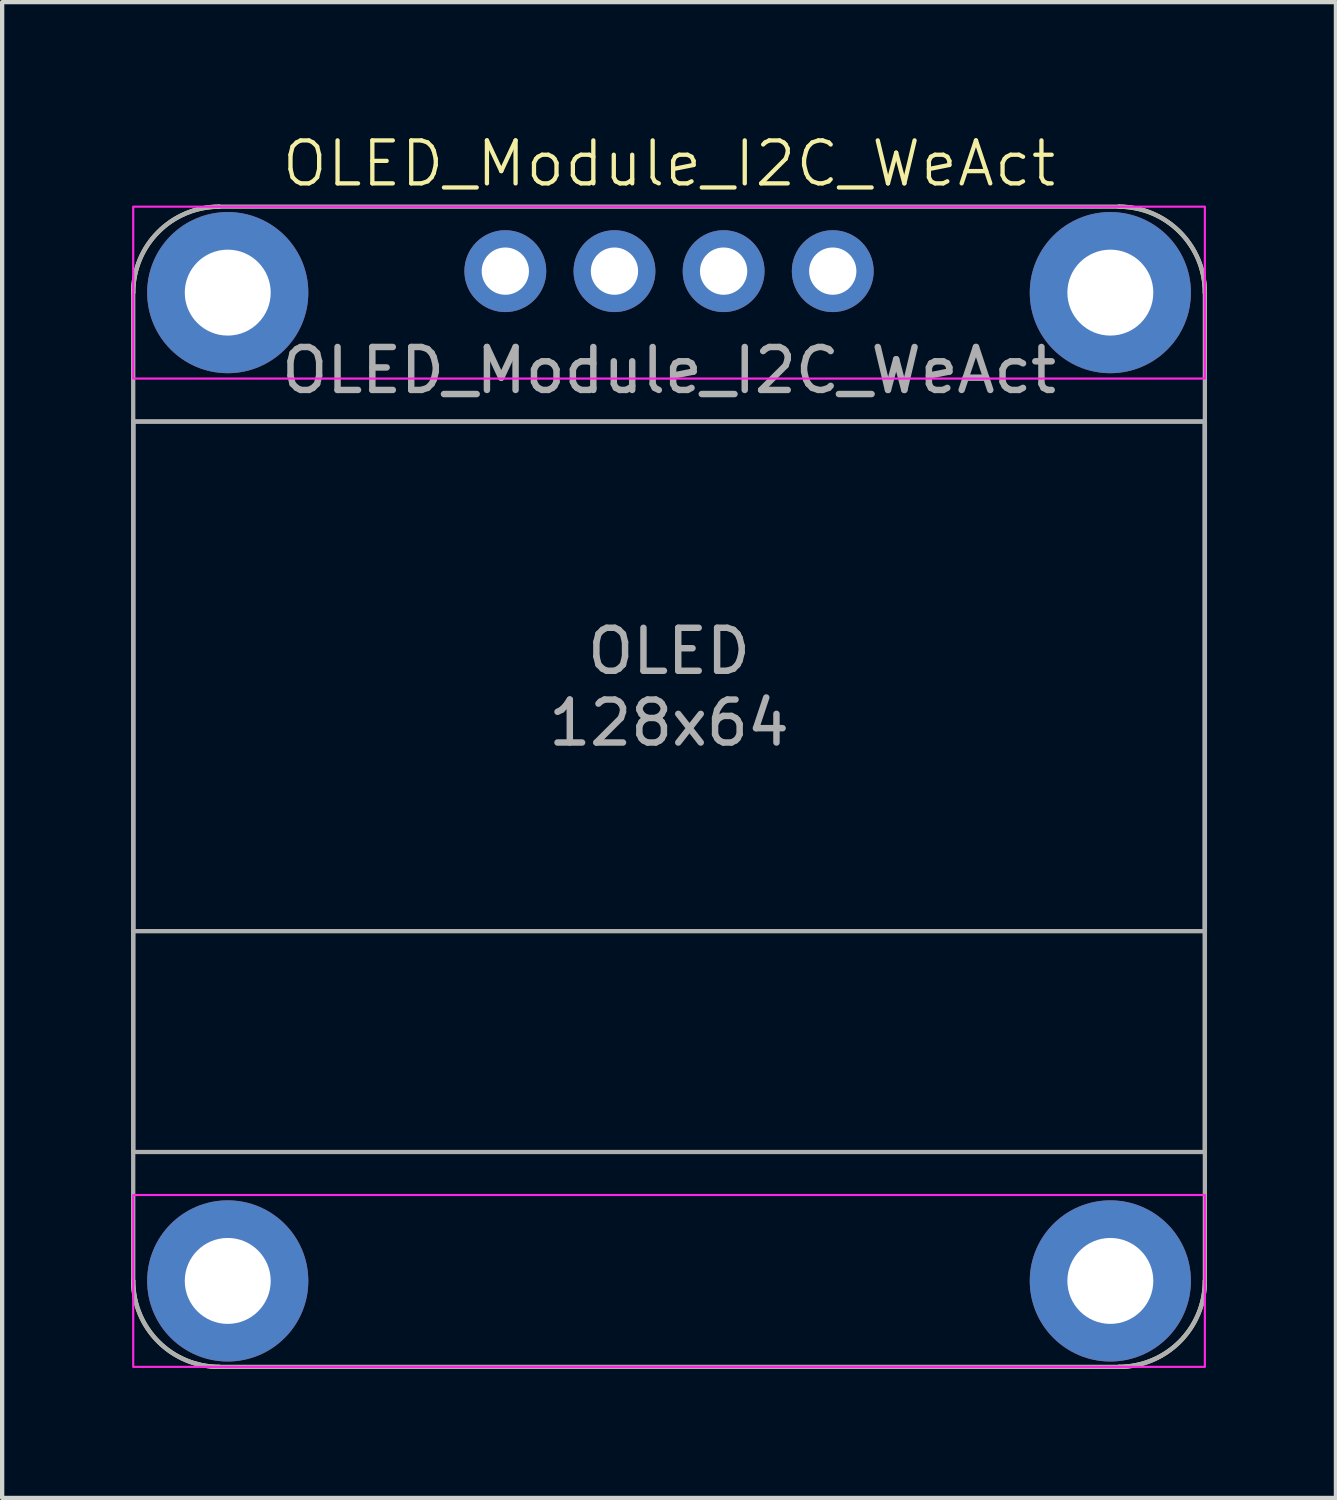
<source format=kicad_pcb>
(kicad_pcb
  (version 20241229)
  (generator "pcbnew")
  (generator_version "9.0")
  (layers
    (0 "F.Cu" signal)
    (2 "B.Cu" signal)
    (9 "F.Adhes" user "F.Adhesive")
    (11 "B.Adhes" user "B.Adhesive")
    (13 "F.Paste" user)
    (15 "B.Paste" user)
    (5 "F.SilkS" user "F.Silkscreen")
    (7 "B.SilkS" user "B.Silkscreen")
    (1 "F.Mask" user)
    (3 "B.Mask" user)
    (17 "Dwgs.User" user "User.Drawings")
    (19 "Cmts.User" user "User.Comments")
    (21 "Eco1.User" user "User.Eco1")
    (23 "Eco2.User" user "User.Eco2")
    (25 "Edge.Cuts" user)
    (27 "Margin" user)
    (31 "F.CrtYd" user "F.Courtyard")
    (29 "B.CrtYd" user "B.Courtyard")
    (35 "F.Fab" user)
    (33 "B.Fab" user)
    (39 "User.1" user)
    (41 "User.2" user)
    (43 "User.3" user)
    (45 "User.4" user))
  (footprint "OLED_Module_I2C_WeAct"
    (layer "F.Cu")
    (at 12.52 1.76)
    (property "Reference" "OLED_Module_I2C_WeAct" (at 0 -1 0) (unlocked yes) (layer "F.SilkS") (effects (font (size 1 1) (thickness 0.1))))
    (attr smd)
    (fp_arc (start -12.47 2) (mid -11.884214 0.585786) (end -10.47 0) (stroke (width 0.1) (type default)) (layer "F.SilkS"))
    (fp_arc (start -10.47 27) (mid -11.884214 26.414214) (end -12.47 25) (stroke (width 0.1) (type default)) (layer "F.SilkS"))
    (fp_arc (start 10.47 0) (mid 11.884214 0.585786) (end 12.47 2) (stroke (width 0.1) (type default)) (layer "F.SilkS"))
    (fp_arc (start 12.47 25) (mid 11.884214 26.414214) (end 10.47 27) (stroke (width 0.1) (type default)) (layer "F.SilkS"))
    (fp_rect (start -12.47 0) (end 12.47 4) (stroke (width 0.05) (type default)) (fill no) (layer "F.CrtYd"))
    (fp_rect (start -12.47 23) (end 12.47 27) (stroke (width 0.05) (type default)) (fill no) (layer "F.CrtYd"))
    (fp_line (start -12.47 25) (end -12.47 2) (stroke (width 0.1) (type default)) (layer "F.Fab"))
    (fp_line (start -10.47 0) (end 10.47 0) (stroke (width 0.1) (type default)) (layer "F.Fab"))
    (fp_line (start 10.47 27) (end -10.47 27) (stroke (width 0.1) (type default)) (layer "F.Fab"))
    (fp_line (start 12.47 2) (end 12.47 25) (stroke (width 0.1) (type default)) (layer "F.Fab"))
    (fp_rect (start -12.47 5) (end 12.47 16.86) (stroke (width 0.1) (type default)) (fill no) (layer "F.Fab"))
    (fp_rect (start -12.47 5) (end 12.47 22) (stroke (width 0.1) (type default)) (fill no) (layer "F.Fab"))
    (fp_arc (start -12.47 2) (mid -11.884214 0.585786) (end -10.47 0) (stroke (width 0.1) (type default)) (layer "F.Fab"))
    (fp_arc (start -10.47 27) (mid -11.884214 26.414214) (end -12.47 25) (stroke (width 0.1) (type default)) (layer "F.Fab"))
    (fp_arc (start 10.47 0) (mid 11.884214 0.585786) (end 12.47 2) (stroke (width 0.1) (type default)) (layer "F.Fab"))
    (fp_arc (start 12.47 25) (mid 11.884214 26.414214) (end 10.47 27) (stroke (width 0.1) (type default)) (layer "F.Fab"))
    (fp_text user "${REFERENCE}" (at 0 3.81 0) (unlocked yes) (layer "F.Fab") (effects (font (size 1 1) (thickness 0.15))))
    (fp_text user "OLED" (at 0 10.93 0) (unlocked yes) (layer "F.Fab") (effects (font (size 1 1) (thickness 0.15)) (justify bottom)))
    (fp_text user "128x64" (at 0 11.43 0) (unlocked yes) (layer "F.Fab") (effects (font (size 1 1) (thickness 0.15)) (justify top)))
    (pad "1" thru_hole circle (at -10.27 2) (size 3.75 3.75) (drill 2) (layers "*.Cu" "*.Mask"))
    (pad "1" thru_hole circle (at -10.27 25) (size 3.75 3.75) (drill 2) (layers "*.Cu" "*.Mask"))
    (pad "1" thru_hole circle (at -3.81 1.5) (size 1.905 1.905) (drill 1.1) (layers "*.Cu" "*.Mask"))
    (pad "1" thru_hole circle (at 10.27 2) (size 3.75 3.75) (drill 2) (layers "*.Cu" "*.Mask"))
    (pad "1" thru_hole circle (at 10.27 25) (size 3.75 3.75) (drill 2) (layers "*.Cu" "*.Mask"))
    (pad "2" thru_hole circle (at -1.27 1.5) (size 1.905 1.905) (drill 1.1) (layers "*.Cu" "*.Mask"))
    (pad "3" thru_hole circle (at 1.27 1.5) (size 1.905 1.905) (drill 1.1) (layers "*.Cu" "*.Mask"))
    (pad "4" thru_hole circle (at 3.81 1.5) (size 1.905 1.905) (drill 1.1) (layers "*.Cu" "*.Mask")))
  (gr_rect
    (start -3 -3)
    (end 28.04 31.811)
    (stroke (width 0.1) (type default))
    (fill no)
    (layer "Edge.Cuts")))
</source>
